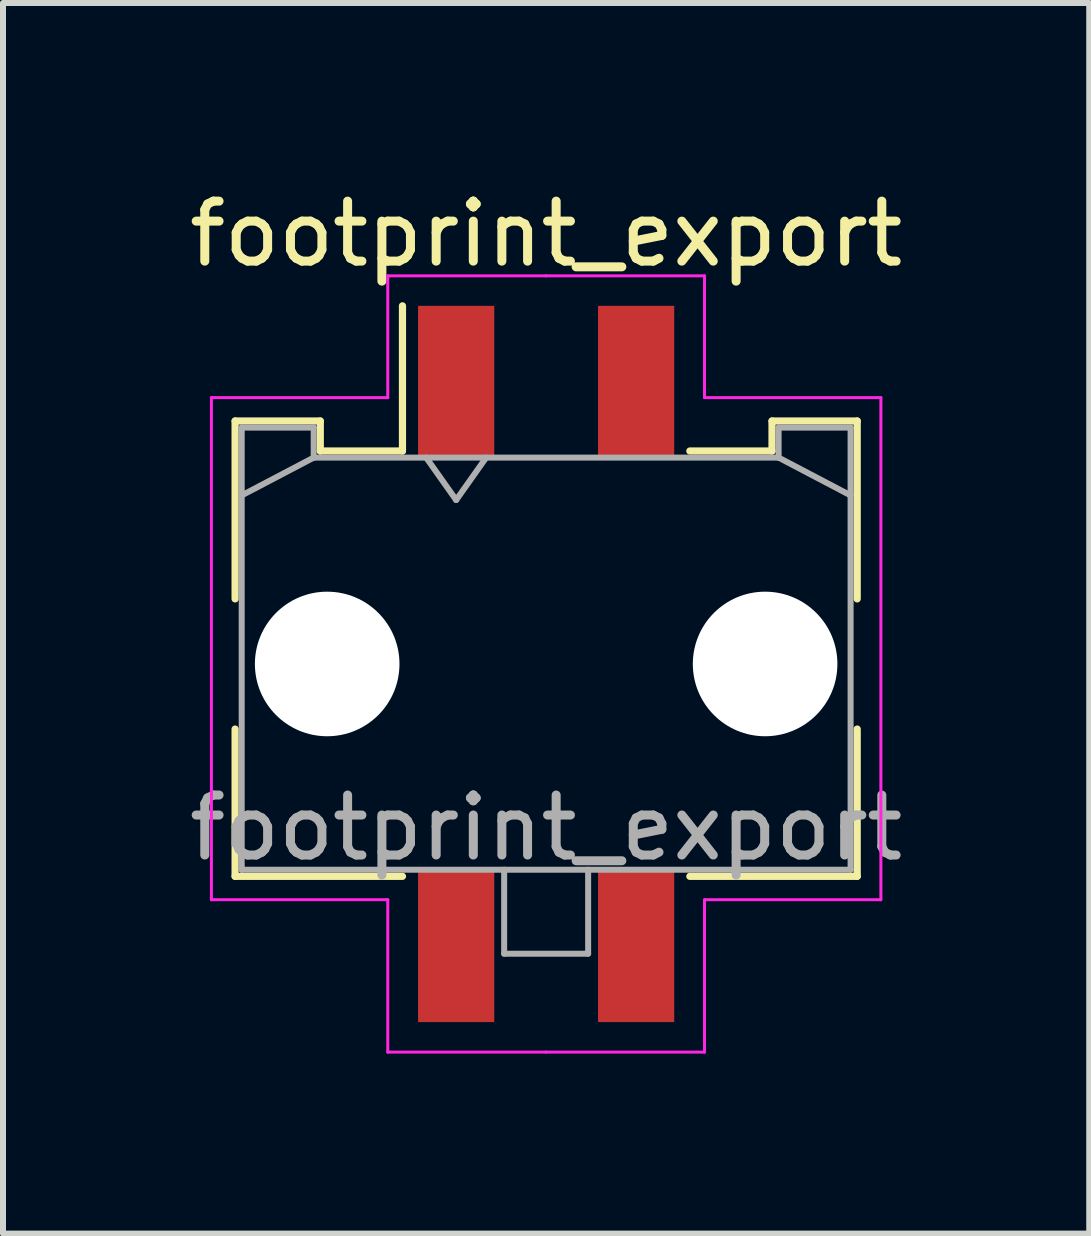
<source format=kicad_pcb>
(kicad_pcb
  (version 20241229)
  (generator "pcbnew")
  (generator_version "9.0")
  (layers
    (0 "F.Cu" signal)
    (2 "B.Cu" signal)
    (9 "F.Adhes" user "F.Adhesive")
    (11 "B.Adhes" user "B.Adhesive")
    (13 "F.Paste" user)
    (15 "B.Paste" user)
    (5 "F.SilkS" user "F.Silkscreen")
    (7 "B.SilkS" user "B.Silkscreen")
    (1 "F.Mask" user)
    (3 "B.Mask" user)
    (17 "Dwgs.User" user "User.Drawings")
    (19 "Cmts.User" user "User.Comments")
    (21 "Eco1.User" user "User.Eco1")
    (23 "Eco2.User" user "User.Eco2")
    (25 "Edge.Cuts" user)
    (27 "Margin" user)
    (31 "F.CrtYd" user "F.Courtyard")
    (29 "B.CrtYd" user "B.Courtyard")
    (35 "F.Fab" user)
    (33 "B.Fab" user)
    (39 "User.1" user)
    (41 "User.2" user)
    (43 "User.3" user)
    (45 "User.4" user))
  (footprint "footprint_export"
    (layer "F.Cu")
    (at 6.054 8.018)
    (property "Reference" "footprint_export" (at 0 -7.17 0) (layer "F.SilkS") (effects (font (size 1 1) (thickness 0.15))))
    (attr smd)
    (fp_line (start -5.185 -4.05) (end -3.765 -4.05) (stroke (width 0.12) (type solid)) (layer "F.SilkS"))
    (fp_line (start -5.185 -1.085) (end -5.185 -4.05) (stroke (width 0.12) (type solid)) (layer "F.SilkS"))
    (fp_line (start -5.185 1.085) (end -5.185 3.54) (stroke (width 0.12) (type solid)) (layer "F.SilkS"))
    (fp_line (start -5.185 3.54) (end -2.395 3.54) (stroke (width 0.12) (type solid)) (layer "F.SilkS"))
    (fp_line (start -3.765 -4.05) (end -3.765 -3.55) (stroke (width 0.12) (type solid)) (layer "F.SilkS"))
    (fp_line (start -3.765 -3.55) (end -2.395 -3.55) (stroke (width 0.12) (type solid)) (layer "F.SilkS"))
    (fp_line (start -2.395 -3.55) (end -2.395 -5.97) (stroke (width 0.12) (type solid)) (layer "F.SilkS"))
    (fp_line (start 3.765 -4.05) (end 3.765 -3.55) (stroke (width 0.12) (type solid)) (layer "F.SilkS"))
    (fp_line (start 3.765 -3.55) (end 2.395 -3.55) (stroke (width 0.12) (type solid)) (layer "F.SilkS"))
    (fp_line (start 5.185 -4.05) (end 3.765 -4.05) (stroke (width 0.12) (type solid)) (layer "F.SilkS"))
    (fp_line (start 5.185 -1.085) (end 5.185 -4.05) (stroke (width 0.12) (type solid)) (layer "F.SilkS"))
    (fp_line (start 5.185 1.085) (end 5.185 3.54) (stroke (width 0.12) (type solid)) (layer "F.SilkS"))
    (fp_line (start 5.185 3.54) (end 2.395 3.54) (stroke (width 0.12) (type solid)) (layer "F.SilkS"))
    (fp_line (start -5.58 -4.44) (end -5.58 3.93) (stroke (width 0.05) (type solid)) (layer "F.CrtYd"))
    (fp_line (start -5.58 3.93) (end -2.64 3.93) (stroke (width 0.05) (type solid)) (layer "F.CrtYd"))
    (fp_line (start -2.64 -6.47) (end -2.64 -4.44) (stroke (width 0.05) (type solid)) (layer "F.CrtYd"))
    (fp_line (start -2.64 -4.44) (end -5.58 -4.44) (stroke (width 0.05) (type solid)) (layer "F.CrtYd"))
    (fp_line (start -2.64 3.93) (end -2.64 6.47) (stroke (width 0.05) (type solid)) (layer "F.CrtYd"))
    (fp_line (start -2.64 6.47) (end 0 6.47) (stroke (width 0.05) (type solid)) (layer "F.CrtYd"))
    (fp_line (start 0 -6.47) (end -2.64 -6.47) (stroke (width 0.05) (type solid)) (layer "F.CrtYd"))
    (fp_line (start 0 -6.47) (end 2.64 -6.47) (stroke (width 0.05) (type solid)) (layer "F.CrtYd"))
    (fp_line (start 2.64 -6.47) (end 2.64 -4.44) (stroke (width 0.05) (type solid)) (layer "F.CrtYd"))
    (fp_line (start 2.64 -4.44) (end 5.58 -4.44) (stroke (width 0.05) (type solid)) (layer "F.CrtYd"))
    (fp_line (start 2.64 3.93) (end 2.64 6.47) (stroke (width 0.05) (type solid)) (layer "F.CrtYd"))
    (fp_line (start 2.64 6.47) (end 0 6.47) (stroke (width 0.05) (type solid)) (layer "F.CrtYd"))
    (fp_line (start 5.58 -4.44) (end 5.58 3.93) (stroke (width 0.05) (type solid)) (layer "F.CrtYd"))
    (fp_line (start 5.58 3.93) (end 2.64 3.93) (stroke (width 0.05) (type solid)) (layer "F.CrtYd"))
    (fp_line (start -5.075 -3.94) (end -5.075 3.43) (stroke (width 0.1) (type solid)) (layer "F.Fab"))
    (fp_line (start -5.075 -2.81) (end -3.875 -3.44) (stroke (width 0.1) (type solid)) (layer "F.Fab"))
    (fp_line (start -5.075 3.43) (end 5.075 3.43) (stroke (width 0.1) (type solid)) (layer "F.Fab"))
    (fp_line (start -3.875 -3.94) (end -5.075 -3.94) (stroke (width 0.1) (type solid)) (layer "F.Fab"))
    (fp_line (start -3.875 -3.44) (end -3.875 -3.94) (stroke (width 0.1) (type solid)) (layer "F.Fab"))
    (fp_line (start -2 -3.44) (end -1.5 -2.733) (stroke (width 0.1) (type solid)) (layer "F.Fab"))
    (fp_line (start -1.5 -2.733) (end -1 -3.44) (stroke (width 0.1) (type solid)) (layer "F.Fab"))
    (fp_line (start -0.7 3.43) (end -0.7 4.83) (stroke (width 0.1) (type solid)) (layer "F.Fab"))
    (fp_line (start -0.7 4.83) (end 0.7 4.83) (stroke (width 0.1) (type solid)) (layer "F.Fab"))
    (fp_line (start 0.7 4.83) (end 0.7 3.43) (stroke (width 0.1) (type solid)) (layer "F.Fab"))
    (fp_line (start 3.875 -3.94) (end 3.875 -3.44) (stroke (width 0.1) (type solid)) (layer "F.Fab"))
    (fp_line (start 3.875 -3.44) (end -3.875 -3.44) (stroke (width 0.1) (type solid)) (layer "F.Fab"))
    (fp_line (start 5.075 -3.94) (end 3.875 -3.94) (stroke (width 0.1) (type solid)) (layer "F.Fab"))
    (fp_line (start 5.075 -2.81) (end 3.875 -3.44) (stroke (width 0.1) (type solid)) (layer "F.Fab"))
    (fp_line (start 5.075 3.43) (end 5.075 -3.94) (stroke (width 0.1) (type solid)) (layer "F.Fab"))
    (fp_text user "${REFERENCE}" (at 0 2.73 0) (layer "F.Fab") (effects (font (size 1 1) (thickness 0.15))))
    (pad "" np_thru_hole circle (at -3.65 0) (size 2.41 2.41) (drill 2.41) (layers "*.Cu" "*.Mask"))
    (pad "" np_thru_hole circle (at 3.65 0) (size 2.41 2.41) (drill 2.41) (layers "*.Cu" "*.Mask"))
    (pad "1" smd rect (at -1.5 -4.7) (size 1.27 2.54) (layers "F.Cu" "F.Mask" "F.Paste"))
    (pad "2" smd rect (at 1.5 -4.7) (size 1.27 2.54) (layers "F.Cu" "F.Mask" "F.Paste"))
    (pad "3" smd rect (at -1.5 4.7) (size 1.27 2.54) (layers "F.Cu" "F.Mask" "F.Paste"))
    (pad "4" smd rect (at 1.5 4.7) (size 1.27 2.54) (layers "F.Cu" "F.Mask" "F.Paste")))
  (gr_rect
    (start -3 -3)
    (end 15.107 17.513)
    (stroke (width 0.1) (type default))
    (fill no)
    (layer "Edge.Cuts")))
</source>
